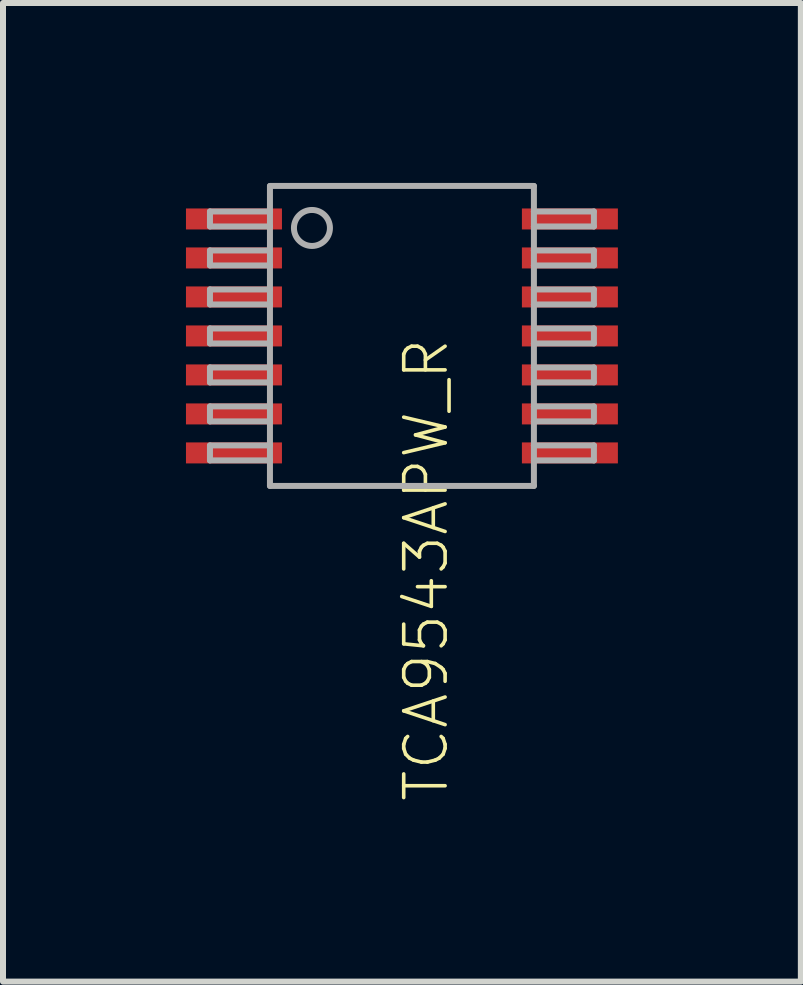
<source format=kicad_pcb>
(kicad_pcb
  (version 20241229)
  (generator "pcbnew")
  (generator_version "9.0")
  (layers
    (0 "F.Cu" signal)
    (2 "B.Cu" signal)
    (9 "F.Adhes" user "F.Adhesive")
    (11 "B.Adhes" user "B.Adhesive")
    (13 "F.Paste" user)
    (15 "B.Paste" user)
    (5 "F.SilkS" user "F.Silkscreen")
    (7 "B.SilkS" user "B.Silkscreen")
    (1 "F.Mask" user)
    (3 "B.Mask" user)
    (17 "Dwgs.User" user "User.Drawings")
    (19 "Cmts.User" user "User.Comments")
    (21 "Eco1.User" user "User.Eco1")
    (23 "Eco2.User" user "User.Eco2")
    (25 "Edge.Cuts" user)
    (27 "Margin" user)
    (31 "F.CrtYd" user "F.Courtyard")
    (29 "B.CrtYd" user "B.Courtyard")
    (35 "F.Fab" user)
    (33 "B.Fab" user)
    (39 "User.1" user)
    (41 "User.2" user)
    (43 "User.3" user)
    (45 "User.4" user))
  (footprint "TCA9543APW_R"
    (layer "F.Cu")
    (at 3.65 2.55)
    (property "Reference" "TCA9543APW_R" (at 0 0 90) (unlocked yes) (layer "F.SilkS") (effects (font (size 0.69 0.69) (thickness 0.06)) (justify right top)))
    (fp_poly (pts (xy -3.65 -2.175) (xy -3.65 -1.725) (xy -1.95 -1.725) (xy -1.95 -2.175)) (stroke (width 0) (type default)) (fill yes) (layer "F.Mask"))
    (fp_poly (pts (xy -3.65 -1.525) (xy -3.65 -1.075) (xy -1.95 -1.075) (xy -1.95 -1.525)) (stroke (width 0) (type default)) (fill yes) (layer "F.Mask"))
    (fp_poly (pts (xy -3.65 -0.875) (xy -3.65 -0.425) (xy -1.95 -0.425) (xy -1.95 -0.875)) (stroke (width 0) (type default)) (fill yes) (layer "F.Mask"))
    (fp_poly (pts (xy -3.65 -0.225) (xy -3.65 0.225) (xy -1.95 0.225) (xy -1.95 -0.225)) (stroke (width 0) (type default)) (fill yes) (layer "F.Mask"))
    (fp_poly (pts (xy -3.65 0.425) (xy -3.65 0.875) (xy -1.95 0.875) (xy -1.95 0.425)) (stroke (width 0) (type default)) (fill yes) (layer "F.Mask"))
    (fp_poly (pts (xy -3.65 1.075) (xy -3.65 1.525) (xy -1.95 1.525) (xy -1.95 1.075)) (stroke (width 0) (type default)) (fill yes) (layer "F.Mask"))
    (fp_poly (pts (xy -3.65 1.725) (xy -3.65 2.175) (xy -1.95 2.175) (xy -1.95 1.725)) (stroke (width 0) (type default)) (fill yes) (layer "F.Mask"))
    (fp_poly (pts (xy 1.95 -2.175) (xy 1.95 -1.725) (xy 3.65 -1.725) (xy 3.65 -2.175)) (stroke (width 0) (type default)) (fill yes) (layer "F.Mask"))
    (fp_poly (pts (xy 1.95 -1.525) (xy 1.95 -1.075) (xy 3.65 -1.075) (xy 3.65 -1.525)) (stroke (width 0) (type default)) (fill yes) (layer "F.Mask"))
    (fp_poly (pts (xy 1.95 -0.875) (xy 1.95 -0.425) (xy 3.65 -0.425) (xy 3.65 -0.875)) (stroke (width 0) (type default)) (fill yes) (layer "F.Mask"))
    (fp_poly (pts (xy 1.95 -0.225) (xy 1.95 0.225) (xy 3.65 0.225) (xy 3.65 -0.225)) (stroke (width 0) (type default)) (fill yes) (layer "F.Mask"))
    (fp_poly (pts (xy 1.95 0.425) (xy 1.95 0.875) (xy 3.65 0.875) (xy 3.65 0.425)) (stroke (width 0) (type default)) (fill yes) (layer "F.Mask"))
    (fp_poly (pts (xy 1.95 1.075) (xy 1.95 1.525) (xy 3.65 1.525) (xy 3.65 1.075)) (stroke (width 0) (type default)) (fill yes) (layer "F.Mask"))
    (fp_poly (pts (xy 1.95 1.725) (xy 1.95 2.175) (xy 3.65 2.175) (xy 3.65 1.725)) (stroke (width 0) (type default)) (fill yes) (layer "F.Mask"))
    (fp_line (start -3.2 -2.075) (end -3.2 -1.825) (stroke (width 0.1) (type solid)) (layer "F.Fab"))
    (fp_line (start -3.2 -1.825) (end -2.2 -1.825) (stroke (width 0.1) (type solid)) (layer "F.Fab"))
    (fp_line (start -3.2 -1.425) (end -3.2 -1.175) (stroke (width 0.1) (type solid)) (layer "F.Fab"))
    (fp_line (start -3.2 -1.175) (end -2.2 -1.175) (stroke (width 0.1) (type solid)) (layer "F.Fab"))
    (fp_line (start -3.2 -0.775) (end -3.2 -0.525) (stroke (width 0.1) (type solid)) (layer "F.Fab"))
    (fp_line (start -3.2 -0.525) (end -2.2 -0.525) (stroke (width 0.1) (type solid)) (layer "F.Fab"))
    (fp_line (start -3.2 -0.125) (end -3.2 0.125) (stroke (width 0.1) (type solid)) (layer "F.Fab"))
    (fp_line (start -3.2 0.125) (end -2.2 0.125) (stroke (width 0.1) (type solid)) (layer "F.Fab"))
    (fp_line (start -3.2 0.525) (end -3.2 0.775) (stroke (width 0.1) (type solid)) (layer "F.Fab"))
    (fp_line (start -3.2 0.775) (end -2.2 0.775) (stroke (width 0.1) (type solid)) (layer "F.Fab"))
    (fp_line (start -3.2 1.175) (end -3.2 1.425) (stroke (width 0.1) (type solid)) (layer "F.Fab"))
    (fp_line (start -3.2 1.425) (end -2.2 1.425) (stroke (width 0.1) (type solid)) (layer "F.Fab"))
    (fp_line (start -3.2 1.825) (end -3.2 2.075) (stroke (width 0.1) (type solid)) (layer "F.Fab"))
    (fp_line (start -3.2 2.075) (end -2.2 2.075) (stroke (width 0.1) (type solid)) (layer "F.Fab"))
    (fp_line (start -2.2 -2.5) (end -2.2 -2.075) (stroke (width 0.1) (type solid)) (layer "F.Fab"))
    (fp_line (start -2.2 -2.075) (end -3.2 -2.075) (stroke (width 0.1) (type solid)) (layer "F.Fab"))
    (fp_line (start -2.2 -2.075) (end -2.2 -1.825) (stroke (width 0.1) (type solid)) (layer "F.Fab"))
    (fp_line (start -2.2 -1.825) (end -2.2 -1.425) (stroke (width 0.1) (type solid)) (layer "F.Fab"))
    (fp_line (start -2.2 -1.425) (end -3.2 -1.425) (stroke (width 0.1) (type solid)) (layer "F.Fab"))
    (fp_line (start -2.2 -1.425) (end -2.2 -1.175) (stroke (width 0.1) (type solid)) (layer "F.Fab"))
    (fp_line (start -2.2 -1.175) (end -2.2 -0.775) (stroke (width 0.1) (type solid)) (layer "F.Fab"))
    (fp_line (start -2.2 -0.775) (end -3.2 -0.775) (stroke (width 0.1) (type solid)) (layer "F.Fab"))
    (fp_line (start -2.2 -0.775) (end -2.2 -0.525) (stroke (width 0.1) (type solid)) (layer "F.Fab"))
    (fp_line (start -2.2 -0.525) (end -2.2 -0.125) (stroke (width 0.1) (type solid)) (layer "F.Fab"))
    (fp_line (start -2.2 -0.125) (end -3.2 -0.125) (stroke (width 0.1) (type solid)) (layer "F.Fab"))
    (fp_line (start -2.2 -0.125) (end -2.2 0.125) (stroke (width 0.1) (type solid)) (layer "F.Fab"))
    (fp_line (start -2.2 0.125) (end -2.2 0.525) (stroke (width 0.1) (type solid)) (layer "F.Fab"))
    (fp_line (start -2.2 0.525) (end -3.2 0.525) (stroke (width 0.1) (type solid)) (layer "F.Fab"))
    (fp_line (start -2.2 0.525) (end -2.2 0.775) (stroke (width 0.1) (type solid)) (layer "F.Fab"))
    (fp_line (start -2.2 0.775) (end -2.2 1.175) (stroke (width 0.1) (type solid)) (layer "F.Fab"))
    (fp_line (start -2.2 1.175) (end -3.2 1.175) (stroke (width 0.1) (type solid)) (layer "F.Fab"))
    (fp_line (start -2.2 1.175) (end -2.2 1.825) (stroke (width 0.1) (type solid)) (layer "F.Fab"))
    (fp_line (start -2.2 1.825) (end -3.2 1.825) (stroke (width 0.1) (type solid)) (layer "F.Fab"))
    (fp_line (start -2.2 1.825) (end -2.2 2.075) (stroke (width 0.1) (type solid)) (layer "F.Fab"))
    (fp_line (start -2.2 2.075) (end -2.2 2.5) (stroke (width 0.1) (type solid)) (layer "F.Fab"))
    (fp_line (start -2.2 2.5) (end 2.2 2.5) (stroke (width 0.1) (type solid)) (layer "F.Fab"))
    (fp_line (start 2.2 -2.5) (end -2.2 -2.5) (stroke (width 0.1) (type solid)) (layer "F.Fab"))
    (fp_line (start 2.2 -2.075) (end 2.2 -2.5) (stroke (width 0.1) (type solid)) (layer "F.Fab"))
    (fp_line (start 2.2 -1.825) (end 2.2 -2.075) (stroke (width 0.1) (type solid)) (layer "F.Fab"))
    (fp_line (start 2.2 -1.825) (end 3.2 -1.825) (stroke (width 0.1) (type solid)) (layer "F.Fab"))
    (fp_line (start 2.2 -1.425) (end 2.2 -1.825) (stroke (width 0.1) (type solid)) (layer "F.Fab"))
    (fp_line (start 2.2 -1.175) (end 2.2 -1.425) (stroke (width 0.1) (type solid)) (layer "F.Fab"))
    (fp_line (start 2.2 -1.175) (end 3.2 -1.175) (stroke (width 0.1) (type solid)) (layer "F.Fab"))
    (fp_line (start 2.2 -0.775) (end 2.2 -1.175) (stroke (width 0.1) (type solid)) (layer "F.Fab"))
    (fp_line (start 2.2 -0.525) (end 2.2 -0.775) (stroke (width 0.1) (type solid)) (layer "F.Fab"))
    (fp_line (start 2.2 -0.525) (end 3.2 -0.525) (stroke (width 0.1) (type solid)) (layer "F.Fab"))
    (fp_line (start 2.2 -0.125) (end 2.2 -0.525) (stroke (width 0.1) (type solid)) (layer "F.Fab"))
    (fp_line (start 2.2 0.125) (end 2.2 -0.125) (stroke (width 0.1) (type solid)) (layer "F.Fab"))
    (fp_line (start 2.2 0.125) (end 3.2 0.125) (stroke (width 0.1) (type solid)) (layer "F.Fab"))
    (fp_line (start 2.2 0.525) (end 2.2 0.125) (stroke (width 0.1) (type solid)) (layer "F.Fab"))
    (fp_line (start 2.2 0.775) (end 2.2 0.525) (stroke (width 0.1) (type solid)) (layer "F.Fab"))
    (fp_line (start 2.2 0.775) (end 3.2 0.775) (stroke (width 0.1) (type solid)) (layer "F.Fab"))
    (fp_line (start 2.2 1.175) (end 2.2 0.775) (stroke (width 0.1) (type solid)) (layer "F.Fab"))
    (fp_line (start 2.2 1.425) (end 2.2 1.175) (stroke (width 0.1) (type solid)) (layer "F.Fab"))
    (fp_line (start 2.2 1.425) (end 3.2 1.425) (stroke (width 0.1) (type solid)) (layer "F.Fab"))
    (fp_line (start 2.2 1.825) (end 2.2 1.425) (stroke (width 0.1) (type solid)) (layer "F.Fab"))
    (fp_line (start 2.2 2.075) (end 2.2 1.825) (stroke (width 0.1) (type solid)) (layer "F.Fab"))
    (fp_line (start 2.2 2.075) (end 3.2 2.075) (stroke (width 0.1) (type solid)) (layer "F.Fab"))
    (fp_line (start 2.2 2.5) (end 2.2 2.075) (stroke (width 0.1) (type solid)) (layer "F.Fab"))
    (fp_line (start 3.2 -2.075) (end 2.2 -2.075) (stroke (width 0.1) (type solid)) (layer "F.Fab"))
    (fp_line (start 3.2 -1.825) (end 3.2 -2.075) (stroke (width 0.1) (type solid)) (layer "F.Fab"))
    (fp_line (start 3.2 -1.425) (end 2.2 -1.425) (stroke (width 0.1) (type solid)) (layer "F.Fab"))
    (fp_line (start 3.2 -1.175) (end 3.2 -1.425) (stroke (width 0.1) (type solid)) (layer "F.Fab"))
    (fp_line (start 3.2 -0.775) (end 2.2 -0.775) (stroke (width 0.1) (type solid)) (layer "F.Fab"))
    (fp_line (start 3.2 -0.525) (end 3.2 -0.775) (stroke (width 0.1) (type solid)) (layer "F.Fab"))
    (fp_line (start 3.2 -0.125) (end 2.2 -0.125) (stroke (width 0.1) (type solid)) (layer "F.Fab"))
    (fp_line (start 3.2 0.125) (end 3.2 -0.125) (stroke (width 0.1) (type solid)) (layer "F.Fab"))
    (fp_line (start 3.2 0.525) (end 2.2 0.525) (stroke (width 0.1) (type solid)) (layer "F.Fab"))
    (fp_line (start 3.2 0.775) (end 3.2 0.525) (stroke (width 0.1) (type solid)) (layer "F.Fab"))
    (fp_line (start 3.2 1.175) (end 2.2 1.175) (stroke (width 0.1) (type solid)) (layer "F.Fab"))
    (fp_line (start 3.2 1.425) (end 3.2 1.175) (stroke (width 0.1) (type solid)) (layer "F.Fab"))
    (fp_line (start 3.2 1.825) (end 2.2 1.825) (stroke (width 0.1) (type solid)) (layer "F.Fab"))
    (fp_line (start 3.2 2.075) (end 3.2 1.825) (stroke (width 0.1) (type solid)) (layer "F.Fab"))
    (fp_circle (center -1.5 -1.8) (end -1.2 -1.8) (stroke (width 0.1) (type solid)) (fill no) (layer "F.Fab"))
    (pad "1" smd rect (at -2.8 -1.95) (size 1.6 0.35) (layers "F.Cu" "F.Paste"))
    (pad "2" smd rect (at -2.8 -1.3) (size 1.6 0.35) (layers "F.Cu" "F.Paste"))
    (pad "3" smd rect (at -2.8 -0.65) (size 1.6 0.35) (layers "F.Cu" "F.Paste"))
    (pad "4" smd rect (at -2.8 0) (size 1.6 0.35) (layers "F.Cu" "F.Paste"))
    (pad "5" smd rect (at -2.8 0.65) (size 1.6 0.35) (layers "F.Cu" "F.Paste"))
    (pad "6" smd rect (at -2.8 1.3) (size 1.6 0.35) (layers "F.Cu" "F.Paste"))
    (pad "7" smd rect (at -2.8 1.95) (size 1.6 0.35) (layers "F.Cu" "F.Paste"))
    (pad "8" smd rect (at 2.8 1.95) (size 1.6 0.35) (layers "F.Cu" "F.Paste"))
    (pad "9" smd rect (at 2.8 1.3) (size 1.6 0.35) (layers "F.Cu" "F.Paste"))
    (pad "10" smd rect (at 2.8 0.65) (size 1.6 0.35) (layers "F.Cu" "F.Paste"))
    (pad "11" smd rect (at 2.8 0) (size 1.6 0.35) (layers "F.Cu" "F.Paste"))
    (pad "12" smd rect (at 2.8 -0.65) (size 1.6 0.35) (layers "F.Cu" "F.Paste"))
    (pad "13" smd rect (at 2.8 -1.3) (size 1.6 0.35) (layers "F.Cu" "F.Paste"))
    (pad "14" smd rect (at 2.8 -1.95) (size 1.6 0.35) (layers "F.Cu" "F.Paste")))
  (gr_rect
    (start -3 -3)
    (end 10.3 13.313)
    (stroke (width 0.1) (type default))
    (fill no)
    (layer "Edge.Cuts")))
</source>
